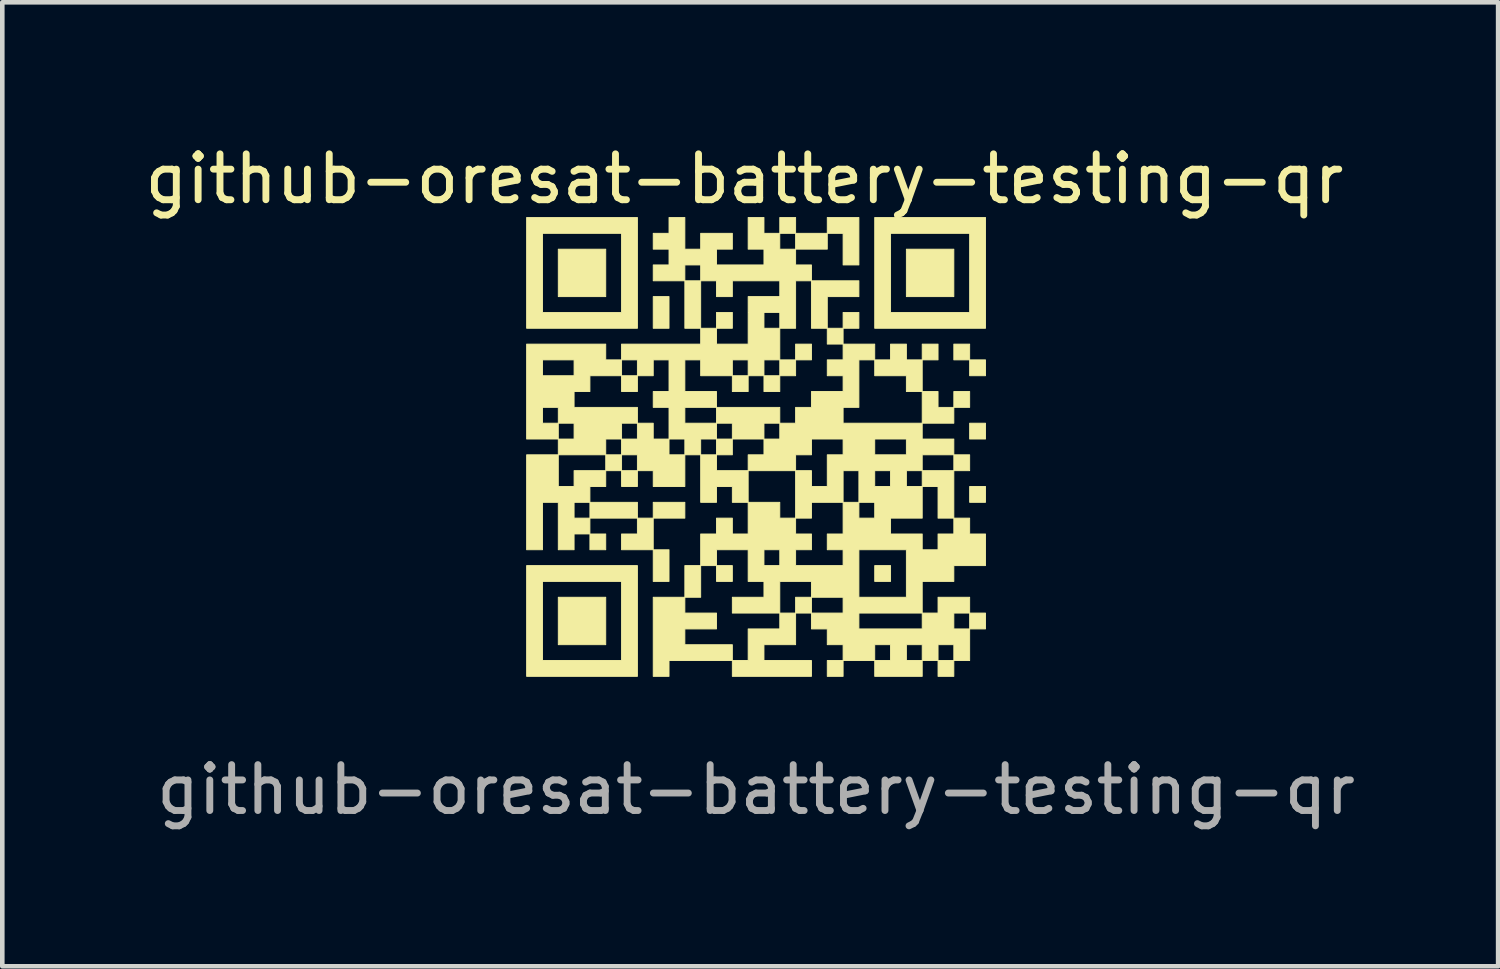
<source format=kicad_pcb>
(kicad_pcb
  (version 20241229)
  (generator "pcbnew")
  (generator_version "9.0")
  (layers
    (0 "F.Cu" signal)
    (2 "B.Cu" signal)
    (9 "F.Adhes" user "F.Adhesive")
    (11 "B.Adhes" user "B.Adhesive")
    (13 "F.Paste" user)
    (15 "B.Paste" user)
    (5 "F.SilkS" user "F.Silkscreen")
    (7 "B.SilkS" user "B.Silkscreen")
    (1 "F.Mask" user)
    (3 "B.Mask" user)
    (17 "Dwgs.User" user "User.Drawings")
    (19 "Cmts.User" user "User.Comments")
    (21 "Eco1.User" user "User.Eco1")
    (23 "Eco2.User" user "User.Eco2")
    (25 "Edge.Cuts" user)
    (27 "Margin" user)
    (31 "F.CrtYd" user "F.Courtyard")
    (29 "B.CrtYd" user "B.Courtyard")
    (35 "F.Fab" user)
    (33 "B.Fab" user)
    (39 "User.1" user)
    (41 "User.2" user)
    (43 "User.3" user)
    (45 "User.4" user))
  (footprint "github-oresat-battery-testing-qr"
    (layer "F.Cu")
    (at 13.427 6.69)
    (property "Reference" "github-oresat-battery-testing-qr" (at -0.254 -5.842 0) (unlocked yes) (layer "F.SilkS") (effects (font (size 1 1) (thickness 0.15))))
    (attr smd)
    (fp_poly (pts (xy -3.276 -3.276) (xy -4.31 -3.276) (xy -4.31 -4.31) (xy -3.276 -4.31)) (stroke (width 0.02) (type solid)) (fill yes) (layer "F.SilkS"))
    (fp_poly (pts (xy -3.276 2.241) (xy -3.621 2.241) (xy -3.621 1.897) (xy -3.276 1.897)) (stroke (width 0.02) (type solid)) (fill yes) (layer "F.SilkS"))
    (fp_poly (pts (xy -3.276 4.31) (xy -4.31 4.31) (xy -4.31 3.276) (xy -3.276 3.276)) (stroke (width 0.02) (type solid)) (fill yes) (layer "F.SilkS"))
    (fp_poly (pts (xy -2.931 0.517) (xy -3.276 0.517) (xy -3.276 0.172) (xy -2.931 0.172)) (stroke (width 0.02) (type solid)) (fill yes) (layer "F.SilkS"))
    (fp_poly (pts (xy -2.586 -1.207) (xy -2.931 -1.207) (xy -2.931 -1.552) (xy -2.586 -1.552)) (stroke (width 0.02) (type solid)) (fill yes) (layer "F.SilkS"))
    (fp_poly (pts (xy -2.586 0.862) (xy -2.931 0.862) (xy -2.931 0.517) (xy -2.586 0.517)) (stroke (width 0.02) (type solid)) (fill yes) (layer "F.SilkS"))
    (fp_poly (pts (xy -2.586 1.552) (xy -3.621 1.552) (xy -3.621 1.207) (xy -2.586 1.207)) (stroke (width 0.02) (type solid)) (fill yes) (layer "F.SilkS"))
    (fp_poly (pts (xy -1.897 -2.586) (xy -2.241 -2.586) (xy -2.241 -3.276) (xy -1.897 -3.276)) (stroke (width 0.02) (type solid)) (fill yes) (layer "F.SilkS"))
    (fp_poly (pts (xy -1.897 2.931) (xy -2.241 2.931) (xy -2.241 2.241) (xy -1.897 2.241)) (stroke (width 0.02) (type solid)) (fill yes) (layer "F.SilkS"))
    (fp_poly (pts (xy -1.552 1.552) (xy -2.241 1.552) (xy -2.241 1.207) (xy -1.552 1.207)) (stroke (width 0.02) (type solid)) (fill yes) (layer "F.SilkS"))
    (fp_poly (pts (xy -1.207 3.276) (xy -1.552 3.276) (xy -1.552 2.586) (xy -1.207 2.586)) (stroke (width 0.02) (type solid)) (fill yes) (layer "F.SilkS"))
    (fp_poly (pts (xy -0.517 -2.586) (xy -0.862 -2.586) (xy -0.862 -2.931) (xy -0.517 -2.931)) (stroke (width 0.02) (type solid)) (fill yes) (layer "F.SilkS"))
    (fp_poly (pts (xy -0.517 0.172) (xy -0.862 0.172) (xy -0.862 -0.172) (xy -0.517 -0.172)) (stroke (width 0.02) (type solid)) (fill yes) (layer "F.SilkS"))
    (fp_poly (pts (xy -0.517 2.931) (xy -0.862 2.931) (xy -0.862 2.586) (xy -0.517 2.586)) (stroke (width 0.02) (type solid)) (fill yes) (layer "F.SilkS"))
    (fp_poly (pts (xy -0.172 -1.207) (xy -0.517 -1.207) (xy -0.517 -1.552) (xy -0.172 -1.552)) (stroke (width 0.02) (type solid)) (fill yes) (layer "F.SilkS"))
    (fp_poly (pts (xy 0.517 -1.207) (xy 0.172 -1.207) (xy 0.172 -1.552) (xy 0.517 -1.552)) (stroke (width 0.02) (type solid)) (fill yes) (layer "F.SilkS"))
    (fp_poly (pts (xy 0.862 -4.655) (xy 0.517 -4.655) (xy 0.517 -5) (xy 0.862 -5)) (stroke (width 0.02) (type solid)) (fill yes) (layer "F.SilkS"))
    (fp_poly (pts (xy 0.862 -1.552) (xy 0.517 -1.552) (xy 0.517 -1.897) (xy 0.862 -1.897)) (stroke (width 0.02) (type solid)) (fill yes) (layer "F.SilkS"))
    (fp_poly (pts (xy 1.207 -1.897) (xy 0.862 -1.897) (xy 0.862 -2.241) (xy 1.207 -2.241)) (stroke (width 0.02) (type solid)) (fill yes) (layer "F.SilkS"))
    (fp_poly (pts (xy 1.207 3.621) (xy 0.862 3.621) (xy 0.862 3.276) (xy 1.207 3.276)) (stroke (width 0.02) (type solid)) (fill yes) (layer "F.SilkS"))
    (fp_poly (pts (xy 1.552 -4.31) (xy 0.862 -4.31) (xy 0.862 -4.655) (xy 1.552 -4.655)) (stroke (width 0.02) (type solid)) (fill yes) (layer "F.SilkS"))
    (fp_poly (pts (xy 1.897 -2.241) (xy 1.552 -2.241) (xy 1.552 -2.586) (xy 1.897 -2.586)) (stroke (width 0.02) (type solid)) (fill yes) (layer "F.SilkS"))
    (fp_poly (pts (xy 1.897 5) (xy 1.552 5) (xy 1.552 4.655) (xy 1.897 4.655)) (stroke (width 0.02) (type solid)) (fill yes) (layer "F.SilkS"))
    (fp_poly (pts (xy 2.241 -2.586) (xy 1.897 -2.586) (xy 1.897 -2.931) (xy 2.241 -2.931)) (stroke (width 0.02) (type solid)) (fill yes) (layer "F.SilkS"))
    (fp_poly (pts (xy 2.931 2.931) (xy 2.586 2.931) (xy 2.586 2.586) (xy 2.931 2.586)) (stroke (width 0.02) (type solid)) (fill yes) (layer "F.SilkS"))
    (fp_poly (pts (xy 3.966 -1.897) (xy 3.621 -1.897) (xy 3.621 -2.241) (xy 3.966 -2.241)) (stroke (width 0.02) (type solid)) (fill yes) (layer "F.SilkS"))
    (fp_poly (pts (xy 4.31 -3.276) (xy 3.276 -3.276) (xy 3.276 -4.31) (xy 4.31 -4.31)) (stroke (width 0.02) (type solid)) (fill yes) (layer "F.SilkS"))
    (fp_poly (pts (xy 4.31 5) (xy 3.966 5) (xy 3.966 4.655) (xy 4.31 4.655)) (stroke (width 0.02) (type solid)) (fill yes) (layer "F.SilkS"))
    (fp_poly (pts (xy 4.655 -1.897) (xy 4.31 -1.897) (xy 4.31 -2.241) (xy 4.655 -2.241)) (stroke (width 0.02) (type solid)) (fill yes) (layer "F.SilkS"))
    (fp_poly (pts (xy 4.655 -0.862) (xy 4.31 -0.862) (xy 4.31 -1.207) (xy 4.655 -1.207)) (stroke (width 0.02) (type solid)) (fill yes) (layer "F.SilkS"))
    (fp_poly (pts (xy 4.655 0.517) (xy 4.31 0.517) (xy 4.31 0.172) (xy 4.655 0.172)) (stroke (width 0.02) (type solid)) (fill yes) (layer "F.SilkS"))
    (fp_poly (pts (xy 5 -1.552) (xy 4.655 -1.552) (xy 4.655 -1.897) (xy 5 -1.897)) (stroke (width 0.02) (type solid)) (fill yes) (layer "F.SilkS"))
    (fp_poly (pts (xy 5 -0.172) (xy 4.655 -0.172) (xy 4.655 -0.517) (xy 5 -0.517)) (stroke (width 0.02) (type solid)) (fill yes) (layer "F.SilkS"))
    (fp_poly (pts (xy 5 1.207) (xy 4.655 1.207) (xy 4.655 0.862) (xy 5 0.862)) (stroke (width 0.02) (type solid)) (fill yes) (layer "F.SilkS"))
    (fp_poly (pts (xy 5 3.966) (xy 4.655 3.966) (xy 4.655 3.621) (xy 5 3.621)) (stroke (width 0.02) (type solid)) (fill yes) (layer "F.SilkS"))
    (fp_poly (pts (xy -2.241 2.241) (xy -2.931 2.241) (xy -2.931 1.897) (xy -2.586 1.897) (xy -2.586 1.552) (xy -2.241 1.552)) (stroke (width 0.02) (type solid)) (fill yes) (layer "F.SilkS"))
    (fp_poly (pts (xy 1.552 -5) (xy 2.241 -5) (xy 2.241 -3.966) (xy 1.897 -3.966) (xy 1.897 -4.655) (xy 1.552 -4.655)) (stroke (width 0.02) (type solid)) (fill yes) (layer "F.SilkS"))
    (fp_poly (pts (xy 2.241 -3.276) (xy 1.552 -3.276) (xy 1.552 -2.586) (xy 1.207 -2.586) (xy 1.207 -3.621) (xy 2.241 -3.621)) (stroke (width 0.02) (type solid)) (fill yes) (layer "F.SilkS"))
    (fp_poly (pts (xy 3.966 -0.862) (xy 4.31 -0.862) (xy 4.31 -0.517) (xy 3.621 -0.517) (xy 3.621 -1.207) (xy 3.966 -1.207)) (stroke (width 0.02) (type solid)) (fill yes) (layer "F.SilkS"))
    (fp_poly (pts (xy 4.31 1.552) (xy 3.966 1.552) (xy 3.966 0.862) (xy 3.621 0.862) (xy 3.621 0.517) (xy 4.31 0.517)) (stroke (width 0.02) (type solid)) (fill yes) (layer "F.SilkS"))
    (fp_poly (pts (xy 0.517 -0.517) (xy 0.172 -0.517) (xy 0.172 -0.172) (xy -0.517 -0.172) (xy -0.517 -0.517) (xy -0.862 -0.517) (xy -0.862 -0.862) (xy 0.517 -0.862)) (stroke (width 0.02) (type solid)) (fill yes) (layer "F.SilkS"))
    (fp_poly (pts (xy -0.862 0.517) (xy -0.172 0.517) (xy -0.172 1.207) (xy -0.517 1.207) (xy -0.517 0.862) (xy -0.862 0.862) (xy -0.862 1.207) (xy -1.207 1.207) (xy -1.207 0.172) (xy -0.862 0.172)) (stroke (width 0.02) (type solid)) (fill yes) (layer "F.SilkS"))
    (fp_poly (pts (xy 3.276 -1.897) (xy 3.621 -1.897) (xy 3.621 -1.207) (xy 3.276 -1.207) (xy 3.276 -1.552) (xy 2.586 -1.552) (xy 2.586 -1.897) (xy 2.931 -1.897) (xy 2.931 -2.241) (xy 3.276 -2.241)) (stroke (width 0.02) (type solid)) (fill yes) (layer "F.SilkS"))
    (fp_poly (pts (xy -2.586 -2.586) (xy -5 -2.586) (xy -5 -2.931) (xy -4.655 -2.931) (xy -2.931 -2.931) (xy -2.931 -4.655) (xy -4.655 -4.655) (xy -4.655 -2.931) (xy -5 -2.931) (xy -5 -5) (xy -2.586 -5)) (stroke (width 0.02) (type solid)) (fill yes) (layer "F.SilkS"))
    (fp_poly (pts (xy -2.586 5) (xy -5 5) (xy -5 4.655) (xy -4.655 4.655) (xy -2.931 4.655) (xy -2.931 2.931) (xy -4.655 2.931) (xy -4.655 4.655) (xy -5 4.655) (xy -5 2.586) (xy -2.586 2.586)) (stroke (width 0.02) (type solid)) (fill yes) (layer "F.SilkS"))
    (fp_poly (pts (xy 5 -2.586) (xy 2.586 -2.586) (xy 2.586 -2.931) (xy 2.931 -2.931) (xy 4.655 -2.931) (xy 4.655 -4.655) (xy 2.931 -4.655) (xy 2.931 -2.931) (xy 2.586 -2.931) (xy 2.586 -5) (xy 5 -5)) (stroke (width 0.02) (type solid)) (fill yes) (layer "F.SilkS"))
    (fp_poly (pts (xy -1.552 3.621) (xy -0.862 3.621) (xy -0.862 3.966) (xy -1.552 3.966) (xy -1.552 4.31) (xy -0.517 4.31) (xy -0.517 4.655) (xy -1.897 4.655) (xy -1.897 5) (xy -2.241 5) (xy -2.241 3.276) (xy -1.552 3.276)) (stroke (width 0.02) (type solid)) (fill yes) (layer "F.SilkS"))
    (fp_poly (pts (xy 0.862 4.31) (xy 0.172 4.31) (xy 0.172 4.655) (xy 1.207 4.655) (xy 1.207 5) (xy -0.517 5) (xy -0.517 4.655) (xy -0.172 4.655) (xy -0.172 3.966) (xy 0.517 3.966) (xy 0.517 3.621) (xy 0.862 3.621)) (stroke (width 0.02) (type solid)) (fill yes) (layer "F.SilkS"))
    (fp_poly (pts (xy -2.931 -0.172) (xy -2.586 -0.172) (xy -2.586 -0.517) (xy -2.241 -0.517) (xy -2.241 -0.172) (xy -1.897 -0.172) (xy -1.897 0.172) (xy -1.552 0.172) (xy -1.552 0.862) (xy -2.241 0.862) (xy -2.241 0.517) (xy -2.586 0.517) (xy -2.586 0.172) (xy -2.931 0.172)) (stroke (width 0.02) (type solid)) (fill yes) (layer "F.SilkS"))
    (fp_poly (pts (xy -4.31 0.862) (xy -3.966 0.862) (xy -3.966 0.517) (xy -3.276 0.517) (xy -3.276 0.862) (xy -3.621 0.862) (xy -3.621 1.207) (xy -3.966 1.207) (xy -3.966 1.552) (xy -3.621 1.552) (xy -3.621 1.897) (xy -3.966 1.897) (xy -3.966 2.241) (xy -4.31 2.241) (xy -4.31 1.207) (xy -4.655 1.207) (xy -4.655 2.241) (xy -5 2.241) (xy -5 0.172) (xy -4.31 0.172)) (stroke (width 0.02) (type solid)) (fill yes) (layer "F.SilkS"))
    (fp_poly (pts (xy -3.276 -1.897) (xy -2.931 -1.897) (xy -2.931 -1.552) (xy -3.621 -1.552) (xy -3.621 -1.207) (xy -3.966 -1.207) (xy -3.966 -0.862) (xy -2.586 -0.862) (xy -2.586 -0.517) (xy -2.931 -0.517) (xy -2.931 -0.172) (xy -3.276 -0.172) (xy -3.276 0.172) (xy -4.31 0.172) (xy -4.31 -0.172) (xy -3.966 -0.172) (xy -3.966 -0.517) (xy -4.31 -0.517) (xy -4.31 -0.172) (xy -5 -0.172) (xy -5 -0.517) (xy -4.655 -0.517) (xy -4.31 -0.517) (xy -4.31 -0.862) (xy -4.655 -0.862) (xy -4.655 -0.517) (xy -5 -0.517) (xy -5 -1.552) (xy -4.655 -1.552) (xy -3.966 -1.552) (xy -3.966 -1.897) (xy -4.655 -1.897) (xy -4.655 -1.552) (xy -5 -1.552) (xy -5 -2.241) (xy -3.276 -2.241)) (stroke (width 0.02) (type solid)) (fill yes) (layer "F.SilkS"))
    (fp_poly (pts (xy -2.241 -3.621) (xy -2.241 -3.966) (xy -1.897 -3.966) (xy -1.897 -4.31) (xy -2.241 -4.31) (xy -2.241 -4.655) (xy -1.897 -4.655) (xy -1.897 -5) (xy -1.552 -5) (xy -1.552 -4.31) (xy -1.207 -4.31) (xy -1.207 -4.655) (xy -0.517 -4.655) (xy -0.517 -4.31) (xy -0.862 -4.31) (xy -0.862 -3.966) (xy 0.172 -3.966) (xy 0.172 -4.31) (xy -0.172 -4.31) (xy -0.172 -5) (xy 0.172 -5) (xy 0.172 -4.655) (xy 0.517 -4.655) (xy 0.517 -4.31) (xy 0.862 -4.31) (xy 0.862 -3.966) (xy 1.207 -3.966) (xy 1.207 -3.621) (xy 0.862 -3.621) (xy 0.862 -2.586) (xy 0.517 -2.586) (xy 0.517 -1.897) (xy 0.172 -1.897) (xy 0.172 -1.552) (xy -0.172 -1.552) (xy -0.172 -1.897) (xy -0.517 -1.897) (xy -0.517 -1.552) (xy -1.207 -1.552) (xy -1.207 -1.897) (xy -1.552 -1.897) (xy -1.552 -1.207) (xy -0.862 -1.207) (xy -0.862 -0.862) (xy -1.552 -0.862) (xy -1.552 -0.517) (xy -0.862 -0.517) (xy -0.862 -0.172) (xy -1.207 -0.172) (xy -1.207 0.172) (xy -1.552 0.172) (xy -1.552 -0.172) (xy -1.897 -0.172) (xy -1.897 -0.862) (xy -2.241 -0.862) (xy -2.241 -1.207) (xy -1.897 -1.207) (xy -1.897 -1.897) (xy -2.241 -1.897) (xy -2.241 -1.552) (xy -2.586 -1.552) (xy -2.586 -1.897) (xy -2.931 -1.897) (xy -2.931 -2.241) (xy -1.207 -2.241) (xy -1.207 -2.586) (xy -0.862 -2.586) (xy -0.862 -2.241) (xy -0.172 -2.241) (xy -0.172 -2.586) (xy 0.172 -2.586) (xy 0.517 -2.586) (xy 0.517 -2.931) (xy 0.172 -2.931) (xy 0.172 -2.586) (xy -0.172 -2.586) (xy -0.172 -3.276) (xy 0.517 -3.276) (xy 0.517 -3.621) (xy -0.517 -3.621) (xy -0.517 -3.276) (xy -0.862 -3.276) (xy -0.862 -3.621) (xy -1.207 -3.621) (xy -1.207 -2.586) (xy -1.552 -2.586) (xy -1.552 -3.621) (xy -1.207 -3.621) (xy -1.207 -3.966) (xy -1.552 -3.966) (xy -1.552 -3.621)) (stroke (width 0.02) (type solid)) (fill yes) (layer "F.SilkS"))
    (fp_poly (pts (xy 1.207 2.931) (xy 0.517 2.931) (xy 0.517 3.621) (xy -0.517 3.621) (xy -0.517 3.276) (xy 0.172 3.276) (xy 0.172 2.931) (xy -0.172 2.931) (xy -0.172 2.586) (xy 0.172 2.586) (xy 0.517 2.586) (xy 0.862 2.586) (xy 1.897 2.586) (xy 1.897 2.241) (xy 1.552 2.241) (xy 1.552 1.897) (xy 1.897 1.897) (xy 1.897 1.552) (xy 2.241 1.552) (xy 2.586 1.552) (xy 2.586 1.207) (xy 2.241 1.207) (xy 2.241 1.552) (xy 1.897 1.552) (xy 1.897 1.207) (xy 2.241 1.207) (xy 2.241 0.862) (xy 2.586 0.862) (xy 2.931 0.862) (xy 2.931 0.517) (xy 2.586 0.517) (xy 2.586 0.862) (xy 2.241 0.862) (xy 2.241 0.517) (xy 1.897 0.517) (xy 1.897 1.207) (xy 1.207 1.207) (xy 1.207 1.552) (xy 0.862 1.552) (xy 0.862 1.897) (xy 1.207 1.897) (xy 1.207 2.241) (xy 0.862 2.241) (xy 0.862 2.586) (xy 0.517 2.586) (xy 0.517 2.241) (xy 0.172 2.241) (xy 0.172 2.586) (xy -0.172 2.586) (xy -0.172 2.241) (xy -0.862 2.241) (xy -0.862 2.586) (xy -1.207 2.586) (xy -1.207 1.897) (xy -0.862 1.897) (xy -0.862 1.552) (xy -0.517 1.552) (xy -0.517 1.897) (xy -0.172 1.897) (xy -0.172 1.207) (xy 0.517 1.207) (xy 0.517 1.552) (xy 0.862 1.552) (xy 0.862 0.517) (xy 1.207 0.517) (xy 1.207 0.862) (xy 1.552 0.862) (xy 1.552 0.172) (xy 1.897 0.172) (xy 2.586 0.172) (xy 3.276 0.172) (xy 3.276 -0.172) (xy 2.586 -0.172) (xy 2.586 0.172) (xy 1.897 0.172) (xy 1.897 -0.172) (xy 1.207 -0.172) (xy 1.207 0.172) (xy 0.862 0.172) (xy 0.862 0.517) (xy -0.172 0.517) (xy -0.172 0.172) (xy 0.172 0.172) (xy 0.172 -0.172) (xy 0.517 -0.172) (xy 0.517 -0.517) (xy 0.862 -0.517) (xy 0.862 -0.862) (xy 1.207 -0.862) (xy 1.207 -1.207) (xy 1.897 -1.207) (xy 1.897 -1.552) (xy 1.552 -1.552) (xy 1.552 -1.897) (xy 1.897 -1.897) (xy 1.897 -2.241) (xy 2.586 -2.241) (xy 2.586 -1.897) (xy 2.241 -1.897) (xy 2.241 -0.862) (xy 1.897 -0.862) (xy 1.897 -0.517) (xy 3.621 -0.517) (xy 3.621 -0.172) (xy 4.31 -0.172) (xy 4.31 0.172) (xy 3.621 0.172) (xy 3.621 0.517) (xy 3.276 0.517) (xy 3.276 0.862) (xy 3.621 0.862) (xy 3.621 1.552) (xy 2.931 1.552) (xy 2.931 1.897) (xy 3.621 1.897) (xy 3.621 2.241) (xy 3.966 2.241) (xy 3.966 1.897) (xy 4.31 1.897) (xy 4.31 1.552) (xy 4.655 1.552) (xy 4.655 1.897) (xy 5 1.897) (xy 5 2.586) (xy 4.31 2.586) (xy 4.31 2.931) (xy 3.621 2.931) (xy 3.621 3.621) (xy 3.966 3.621) (xy 3.966 3.276) (xy 4.655 3.276) (xy 4.655 3.621) (xy 4.31 3.621) (xy 4.31 3.966) (xy 4.655 3.966) (xy 4.655 4.655) (xy 4.31 4.655) (xy 4.31 4.31) (xy 3.966 4.31) (xy 3.966 4.655) (xy 3.621 4.655) (xy 3.621 5) (xy 2.586 5) (xy 2.586 4.655) (xy 2.931 4.655) (xy 3.276 4.655) (xy 3.621 4.655) (xy 3.621 4.31) (xy 3.276 4.31) (xy 3.276 4.655) (xy 2.931 4.655) (xy 2.931 4.31) (xy 2.586 4.31) (xy 2.586 4.655) (xy 1.897 4.655) (xy 1.897 4.31) (xy 1.552 4.31) (xy 1.552 3.966) (xy 2.241 3.966) (xy 3.621 3.966) (xy 3.621 3.621) (xy 2.241 3.621) (xy 2.241 3.966) (xy 1.552 3.966) (xy 1.207 3.966) (xy 1.207 3.621) (xy 1.897 3.621) (xy 1.897 3.276) (xy 2.241 3.276) (xy 3.276 3.276) (xy 3.276 2.241) (xy 2.241 2.241) (xy 2.241 3.276) (xy 1.897 3.276) (xy 1.207 3.276)) (stroke (width 0.02) (type solid)) (fill yes) (layer "F.SilkS"))
    (fp_text user "${REFERENCE}" (at 0 7.469 0) (unlocked yes) (layer "F.Fab") (effects (font (size 1 1) (thickness 0.15)))))
  (gr_rect
    (start -3 -3)
    (end 29.599 18.008)
    (stroke (width 0.1) (type default))
    (fill no)
    (layer "Edge.Cuts")))
</source>
